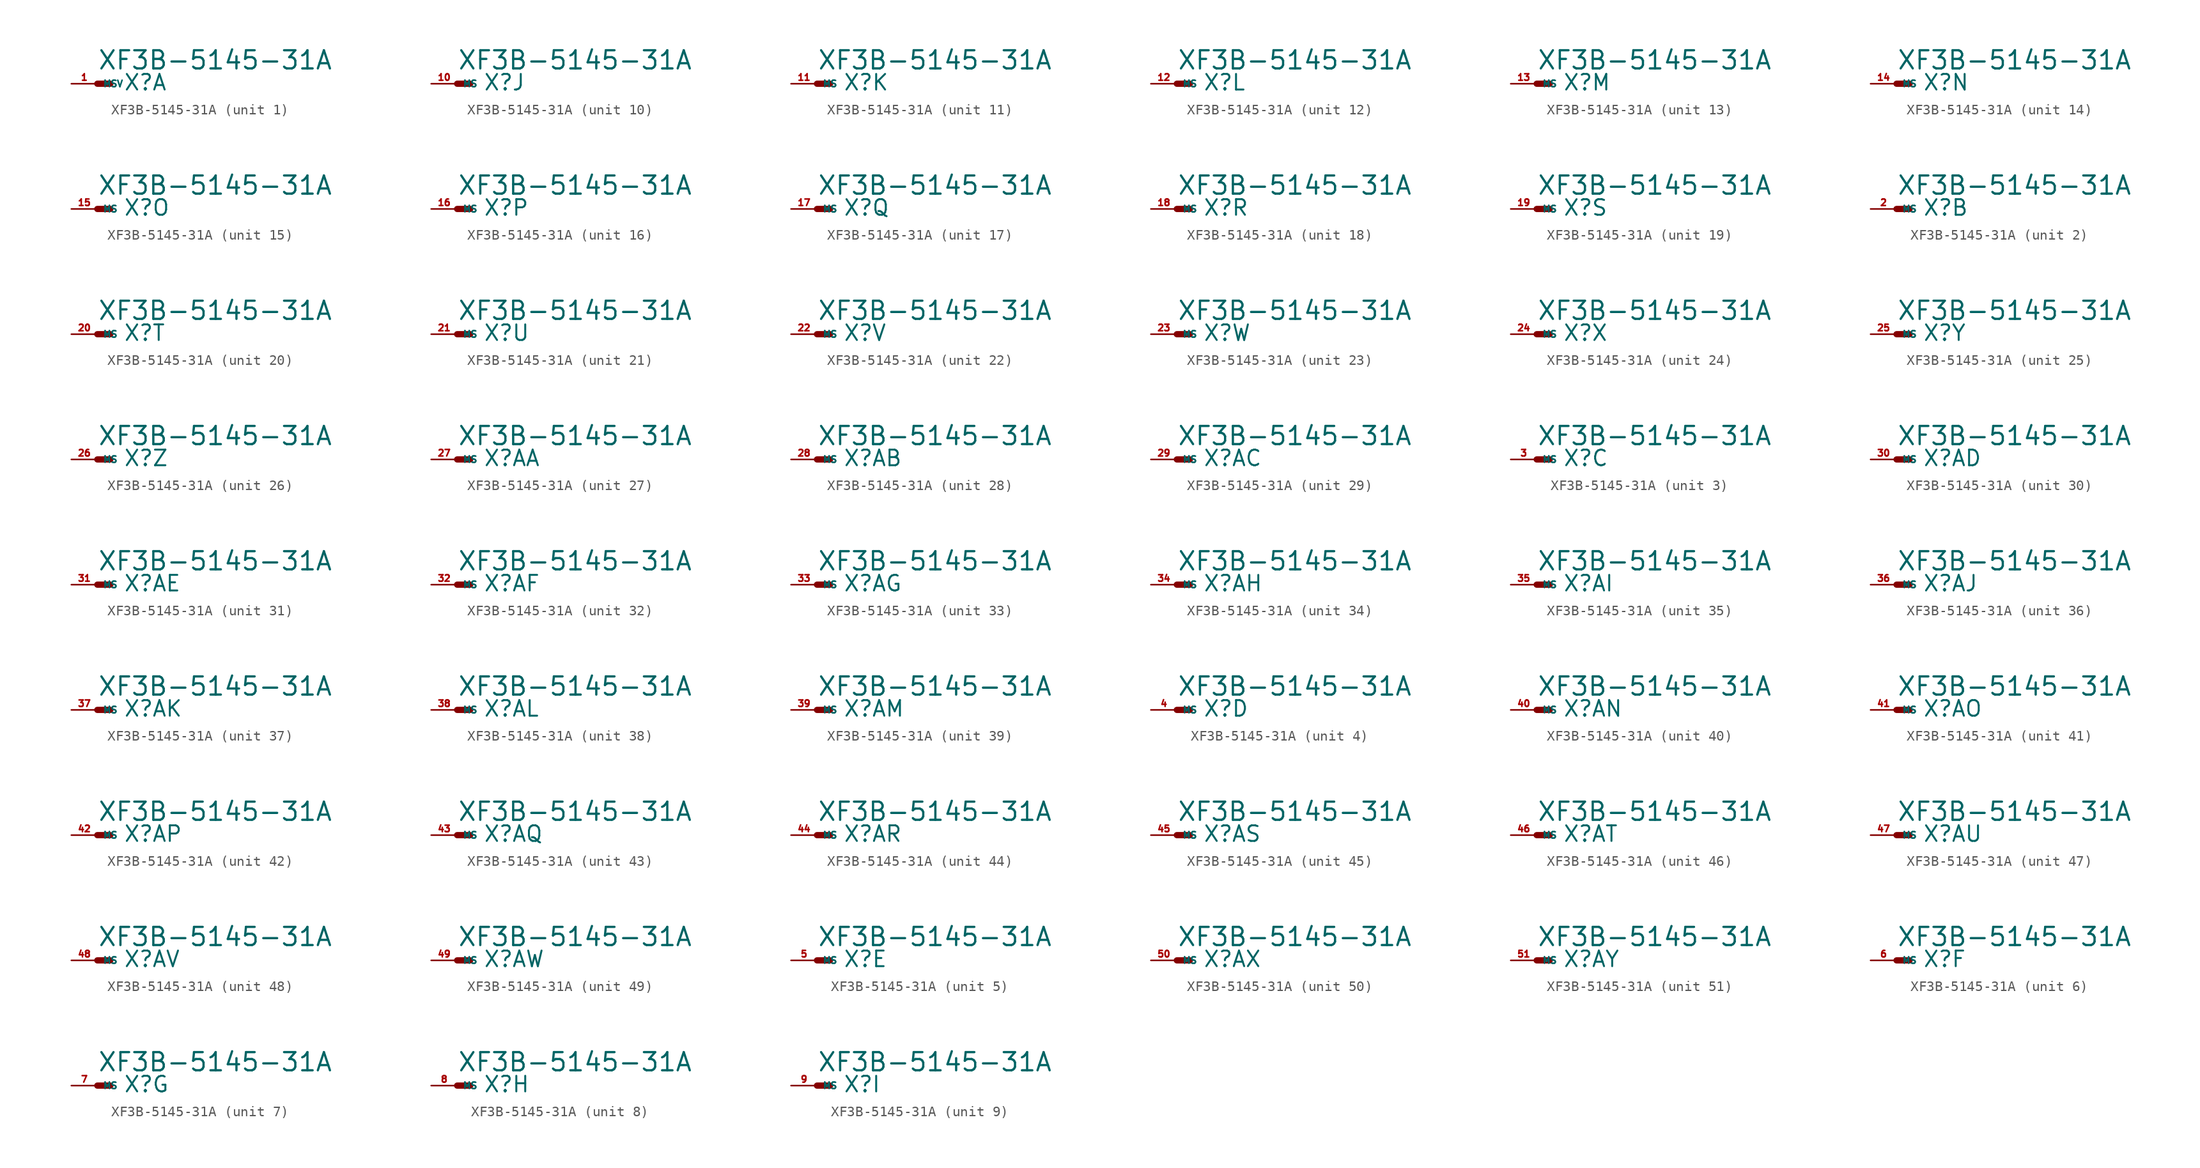
<source format=kicad_sym>
(kicad_symbol_lib
  (version 20220914)
  (generator Eagle2Kicad)
  (symbol "XF3B-5145-31A"
    (property "Reference" "X"
      (at 2.54 -0.762 0)
      (effects (font (size 1.524 1.524) (thickness 0.19)) (justify left bottom)))
    (property "Value" "XF3B-5145-31A"
      (at 0 1.27 0)
      (effects (font (size 1.778 1.778) (thickness 0.22)) (justify left bottom)))
    (symbol "XF3B-5145-31A_1_0"
      (polyline (pts (xy 0 0) (xy 1.27 0)) (stroke (width 0.61) (type default)) (fill (type none)))
      (pin passive line (at -2.54 0 0) (length 2.54) (name "MSV" (effects (font (size 0.635 0.635) (thickness 0.08)) (justify left bottom))) (number "1" (effects (font (size 0.635 0.635) (thickness 0.08)) (justify left bottom)))))
    (symbol "XF3B-5145-31A_2_0"
      (polyline (pts (xy 0 0) (xy 1.27 0)) (stroke (width 0.61) (type default)) (fill (type none)))
      (pin passive line (at -2.54 0 0) (length 2.54) (name "MS" (effects (font (size 0.635 0.635) (thickness 0.08)) (justify left bottom))) (number "2" (effects (font (size 0.635 0.635) (thickness 0.08)) (justify left bottom)))))
    (symbol "XF3B-5145-31A_3_0"
      (polyline (pts (xy 0 0) (xy 1.27 0)) (stroke (width 0.61) (type default)) (fill (type none)))
      (pin passive line (at -2.54 0 0) (length 2.54) (name "MS" (effects (font (size 0.635 0.635) (thickness 0.08)) (justify left bottom))) (number "3" (effects (font (size 0.635 0.635) (thickness 0.08)) (justify left bottom)))))
    (symbol "XF3B-5145-31A_4_0"
      (polyline (pts (xy 0 0) (xy 1.27 0)) (stroke (width 0.61) (type default)) (fill (type none)))
      (pin passive line (at -2.54 0 0) (length 2.54) (name "MS" (effects (font (size 0.635 0.635) (thickness 0.08)) (justify left bottom))) (number "4" (effects (font (size 0.635 0.635) (thickness 0.08)) (justify left bottom)))))
    (symbol "XF3B-5145-31A_5_0"
      (polyline (pts (xy 0 0) (xy 1.27 0)) (stroke (width 0.61) (type default)) (fill (type none)))
      (pin passive line (at -2.54 0 0) (length 2.54) (name "MS" (effects (font (size 0.635 0.635) (thickness 0.08)) (justify left bottom))) (number "5" (effects (font (size 0.635 0.635) (thickness 0.08)) (justify left bottom)))))
    (symbol "XF3B-5145-31A_6_0"
      (polyline (pts (xy 0 0) (xy 1.27 0)) (stroke (width 0.61) (type default)) (fill (type none)))
      (pin passive line (at -2.54 0 0) (length 2.54) (name "MS" (effects (font (size 0.635 0.635) (thickness 0.08)) (justify left bottom))) (number "6" (effects (font (size 0.635 0.635) (thickness 0.08)) (justify left bottom)))))
    (symbol "XF3B-5145-31A_7_0"
      (polyline (pts (xy 0 0) (xy 1.27 0)) (stroke (width 0.61) (type default)) (fill (type none)))
      (pin passive line (at -2.54 0 0) (length 2.54) (name "MS" (effects (font (size 0.635 0.635) (thickness 0.08)) (justify left bottom))) (number "7" (effects (font (size 0.635 0.635) (thickness 0.08)) (justify left bottom)))))
    (symbol "XF3B-5145-31A_8_0"
      (polyline (pts (xy 0 0) (xy 1.27 0)) (stroke (width 0.61) (type default)) (fill (type none)))
      (pin passive line (at -2.54 0 0) (length 2.54) (name "MS" (effects (font (size 0.635 0.635) (thickness 0.08)) (justify left bottom))) (number "8" (effects (font (size 0.635 0.635) (thickness 0.08)) (justify left bottom)))))
    (symbol "XF3B-5145-31A_9_0"
      (polyline (pts (xy 0 0) (xy 1.27 0)) (stroke (width 0.61) (type default)) (fill (type none)))
      (pin passive line (at -2.54 0 0) (length 2.54) (name "MS" (effects (font (size 0.635 0.635) (thickness 0.08)) (justify left bottom))) (number "9" (effects (font (size 0.635 0.635) (thickness 0.08)) (justify left bottom)))))
    (symbol "XF3B-5145-31A_10_0"
      (polyline (pts (xy 0 0) (xy 1.27 0)) (stroke (width 0.61) (type default)) (fill (type none)))
      (pin passive line (at -2.54 0 0) (length 2.54) (name "MS" (effects (font (size 0.635 0.635) (thickness 0.08)) (justify left bottom))) (number "10" (effects (font (size 0.635 0.635) (thickness 0.08)) (justify left bottom)))))
    (symbol "XF3B-5145-31A_11_0"
      (polyline (pts (xy 0 0) (xy 1.27 0)) (stroke (width 0.61) (type default)) (fill (type none)))
      (pin passive line (at -2.54 0 0) (length 2.54) (name "MS" (effects (font (size 0.635 0.635) (thickness 0.08)) (justify left bottom))) (number "11" (effects (font (size 0.635 0.635) (thickness 0.08)) (justify left bottom)))))
    (symbol "XF3B-5145-31A_12_0"
      (polyline (pts (xy 0 0) (xy 1.27 0)) (stroke (width 0.61) (type default)) (fill (type none)))
      (pin passive line (at -2.54 0 0) (length 2.54) (name "MS" (effects (font (size 0.635 0.635) (thickness 0.08)) (justify left bottom))) (number "12" (effects (font (size 0.635 0.635) (thickness 0.08)) (justify left bottom)))))
    (symbol "XF3B-5145-31A_13_0"
      (polyline (pts (xy 0 0) (xy 1.27 0)) (stroke (width 0.61) (type default)) (fill (type none)))
      (pin passive line (at -2.54 0 0) (length 2.54) (name "MS" (effects (font (size 0.635 0.635) (thickness 0.08)) (justify left bottom))) (number "13" (effects (font (size 0.635 0.635) (thickness 0.08)) (justify left bottom)))))
    (symbol "XF3B-5145-31A_14_0"
      (polyline (pts (xy 0 0) (xy 1.27 0)) (stroke (width 0.61) (type default)) (fill (type none)))
      (pin passive line (at -2.54 0 0) (length 2.54) (name "MS" (effects (font (size 0.635 0.635) (thickness 0.08)) (justify left bottom))) (number "14" (effects (font (size 0.635 0.635) (thickness 0.08)) (justify left bottom)))))
    (symbol "XF3B-5145-31A_15_0"
      (polyline (pts (xy 0 0) (xy 1.27 0)) (stroke (width 0.61) (type default)) (fill (type none)))
      (pin passive line (at -2.54 0 0) (length 2.54) (name "MS" (effects (font (size 0.635 0.635) (thickness 0.08)) (justify left bottom))) (number "15" (effects (font (size 0.635 0.635) (thickness 0.08)) (justify left bottom)))))
    (symbol "XF3B-5145-31A_16_0"
      (polyline (pts (xy 0 0) (xy 1.27 0)) (stroke (width 0.61) (type default)) (fill (type none)))
      (pin passive line (at -2.54 0 0) (length 2.54) (name "MS" (effects (font (size 0.635 0.635) (thickness 0.08)) (justify left bottom))) (number "16" (effects (font (size 0.635 0.635) (thickness 0.08)) (justify left bottom)))))
    (symbol "XF3B-5145-31A_17_0"
      (polyline (pts (xy 0 0) (xy 1.27 0)) (stroke (width 0.61) (type default)) (fill (type none)))
      (pin passive line (at -2.54 0 0) (length 2.54) (name "MS" (effects (font (size 0.635 0.635) (thickness 0.08)) (justify left bottom))) (number "17" (effects (font (size 0.635 0.635) (thickness 0.08)) (justify left bottom)))))
    (symbol "XF3B-5145-31A_18_0"
      (polyline (pts (xy 0 0) (xy 1.27 0)) (stroke (width 0.61) (type default)) (fill (type none)))
      (pin passive line (at -2.54 0 0) (length 2.54) (name "MS" (effects (font (size 0.635 0.635) (thickness 0.08)) (justify left bottom))) (number "18" (effects (font (size 0.635 0.635) (thickness 0.08)) (justify left bottom)))))
    (symbol "XF3B-5145-31A_19_0"
      (polyline (pts (xy 0 0) (xy 1.27 0)) (stroke (width 0.61) (type default)) (fill (type none)))
      (pin passive line (at -2.54 0 0) (length 2.54) (name "MS" (effects (font (size 0.635 0.635) (thickness 0.08)) (justify left bottom))) (number "19" (effects (font (size 0.635 0.635) (thickness 0.08)) (justify left bottom)))))
    (symbol "XF3B-5145-31A_20_0"
      (polyline (pts (xy 0 0) (xy 1.27 0)) (stroke (width 0.61) (type default)) (fill (type none)))
      (pin passive line (at -2.54 0 0) (length 2.54) (name "MS" (effects (font (size 0.635 0.635) (thickness 0.08)) (justify left bottom))) (number "20" (effects (font (size 0.635 0.635) (thickness 0.08)) (justify left bottom)))))
    (symbol "XF3B-5145-31A_21_0"
      (polyline (pts (xy 0 0) (xy 1.27 0)) (stroke (width 0.61) (type default)) (fill (type none)))
      (pin passive line (at -2.54 0 0) (length 2.54) (name "MS" (effects (font (size 0.635 0.635) (thickness 0.08)) (justify left bottom))) (number "21" (effects (font (size 0.635 0.635) (thickness 0.08)) (justify left bottom)))))
    (symbol "XF3B-5145-31A_22_0"
      (polyline (pts (xy 0 0) (xy 1.27 0)) (stroke (width 0.61) (type default)) (fill (type none)))
      (pin passive line (at -2.54 0 0) (length 2.54) (name "MS" (effects (font (size 0.635 0.635) (thickness 0.08)) (justify left bottom))) (number "22" (effects (font (size 0.635 0.635) (thickness 0.08)) (justify left bottom)))))
    (symbol "XF3B-5145-31A_23_0"
      (polyline (pts (xy 0 0) (xy 1.27 0)) (stroke (width 0.61) (type default)) (fill (type none)))
      (pin passive line (at -2.54 0 0) (length 2.54) (name "MS" (effects (font (size 0.635 0.635) (thickness 0.08)) (justify left bottom))) (number "23" (effects (font (size 0.635 0.635) (thickness 0.08)) (justify left bottom)))))
    (symbol "XF3B-5145-31A_24_0"
      (polyline (pts (xy 0 0) (xy 1.27 0)) (stroke (width 0.61) (type default)) (fill (type none)))
      (pin passive line (at -2.54 0 0) (length 2.54) (name "MS" (effects (font (size 0.635 0.635) (thickness 0.08)) (justify left bottom))) (number "24" (effects (font (size 0.635 0.635) (thickness 0.08)) (justify left bottom)))))
    (symbol "XF3B-5145-31A_25_0"
      (polyline (pts (xy 0 0) (xy 1.27 0)) (stroke (width 0.61) (type default)) (fill (type none)))
      (pin passive line (at -2.54 0 0) (length 2.54) (name "MS" (effects (font (size 0.635 0.635) (thickness 0.08)) (justify left bottom))) (number "25" (effects (font (size 0.635 0.635) (thickness 0.08)) (justify left bottom)))))
    (symbol "XF3B-5145-31A_26_0"
      (polyline (pts (xy 0 0) (xy 1.27 0)) (stroke (width 0.61) (type default)) (fill (type none)))
      (pin passive line (at -2.54 0 0) (length 2.54) (name "MS" (effects (font (size 0.635 0.635) (thickness 0.08)) (justify left bottom))) (number "26" (effects (font (size 0.635 0.635) (thickness 0.08)) (justify left bottom)))))
    (symbol "XF3B-5145-31A_27_0"
      (polyline (pts (xy 0 0) (xy 1.27 0)) (stroke (width 0.61) (type default)) (fill (type none)))
      (pin passive line (at -2.54 0 0) (length 2.54) (name "MS" (effects (font (size 0.635 0.635) (thickness 0.08)) (justify left bottom))) (number "27" (effects (font (size 0.635 0.635) (thickness 0.08)) (justify left bottom)))))
    (symbol "XF3B-5145-31A_28_0"
      (polyline (pts (xy 0 0) (xy 1.27 0)) (stroke (width 0.61) (type default)) (fill (type none)))
      (pin passive line (at -2.54 0 0) (length 2.54) (name "MS" (effects (font (size 0.635 0.635) (thickness 0.08)) (justify left bottom))) (number "28" (effects (font (size 0.635 0.635) (thickness 0.08)) (justify left bottom)))))
    (symbol "XF3B-5145-31A_29_0"
      (polyline (pts (xy 0 0) (xy 1.27 0)) (stroke (width 0.61) (type default)) (fill (type none)))
      (pin passive line (at -2.54 0 0) (length 2.54) (name "MS" (effects (font (size 0.635 0.635) (thickness 0.08)) (justify left bottom))) (number "29" (effects (font (size 0.635 0.635) (thickness 0.08)) (justify left bottom)))))
    (symbol "XF3B-5145-31A_30_0"
      (polyline (pts (xy 0 0) (xy 1.27 0)) (stroke (width 0.61) (type default)) (fill (type none)))
      (pin passive line (at -2.54 0 0) (length 2.54) (name "MS" (effects (font (size 0.635 0.635) (thickness 0.08)) (justify left bottom))) (number "30" (effects (font (size 0.635 0.635) (thickness 0.08)) (justify left bottom)))))
    (symbol "XF3B-5145-31A_31_0"
      (polyline (pts (xy 0 0) (xy 1.27 0)) (stroke (width 0.61) (type default)) (fill (type none)))
      (pin passive line (at -2.54 0 0) (length 2.54) (name "MS" (effects (font (size 0.635 0.635) (thickness 0.08)) (justify left bottom))) (number "31" (effects (font (size 0.635 0.635) (thickness 0.08)) (justify left bottom)))))
    (symbol "XF3B-5145-31A_32_0"
      (polyline (pts (xy 0 0) (xy 1.27 0)) (stroke (width 0.61) (type default)) (fill (type none)))
      (pin passive line (at -2.54 0 0) (length 2.54) (name "MS" (effects (font (size 0.635 0.635) (thickness 0.08)) (justify left bottom))) (number "32" (effects (font (size 0.635 0.635) (thickness 0.08)) (justify left bottom)))))
    (symbol "XF3B-5145-31A_33_0"
      (polyline (pts (xy 0 0) (xy 1.27 0)) (stroke (width 0.61) (type default)) (fill (type none)))
      (pin passive line (at -2.54 0 0) (length 2.54) (name "MS" (effects (font (size 0.635 0.635) (thickness 0.08)) (justify left bottom))) (number "33" (effects (font (size 0.635 0.635) (thickness 0.08)) (justify left bottom)))))
    (symbol "XF3B-5145-31A_34_0"
      (polyline (pts (xy 0 0) (xy 1.27 0)) (stroke (width 0.61) (type default)) (fill (type none)))
      (pin passive line (at -2.54 0 0) (length 2.54) (name "MS" (effects (font (size 0.635 0.635) (thickness 0.08)) (justify left bottom))) (number "34" (effects (font (size 0.635 0.635) (thickness 0.08)) (justify left bottom)))))
    (symbol "XF3B-5145-31A_35_0"
      (polyline (pts (xy 0 0) (xy 1.27 0)) (stroke (width 0.61) (type default)) (fill (type none)))
      (pin passive line (at -2.54 0 0) (length 2.54) (name "MS" (effects (font (size 0.635 0.635) (thickness 0.08)) (justify left bottom))) (number "35" (effects (font (size 0.635 0.635) (thickness 0.08)) (justify left bottom)))))
    (symbol "XF3B-5145-31A_36_0"
      (polyline (pts (xy 0 0) (xy 1.27 0)) (stroke (width 0.61) (type default)) (fill (type none)))
      (pin passive line (at -2.54 0 0) (length 2.54) (name "MS" (effects (font (size 0.635 0.635) (thickness 0.08)) (justify left bottom))) (number "36" (effects (font (size 0.635 0.635) (thickness 0.08)) (justify left bottom)))))
    (symbol "XF3B-5145-31A_37_0"
      (polyline (pts (xy 0 0) (xy 1.27 0)) (stroke (width 0.61) (type default)) (fill (type none)))
      (pin passive line (at -2.54 0 0) (length 2.54) (name "MS" (effects (font (size 0.635 0.635) (thickness 0.08)) (justify left bottom))) (number "37" (effects (font (size 0.635 0.635) (thickness 0.08)) (justify left bottom)))))
    (symbol "XF3B-5145-31A_38_0"
      (polyline (pts (xy 0 0) (xy 1.27 0)) (stroke (width 0.61) (type default)) (fill (type none)))
      (pin passive line (at -2.54 0 0) (length 2.54) (name "MS" (effects (font (size 0.635 0.635) (thickness 0.08)) (justify left bottom))) (number "38" (effects (font (size 0.635 0.635) (thickness 0.08)) (justify left bottom)))))
    (symbol "XF3B-5145-31A_39_0"
      (polyline (pts (xy 0 0) (xy 1.27 0)) (stroke (width 0.61) (type default)) (fill (type none)))
      (pin passive line (at -2.54 0 0) (length 2.54) (name "MS" (effects (font (size 0.635 0.635) (thickness 0.08)) (justify left bottom))) (number "39" (effects (font (size 0.635 0.635) (thickness 0.08)) (justify left bottom)))))
    (symbol "XF3B-5145-31A_40_0"
      (polyline (pts (xy 0 0) (xy 1.27 0)) (stroke (width 0.61) (type default)) (fill (type none)))
      (pin passive line (at -2.54 0 0) (length 2.54) (name "MS" (effects (font (size 0.635 0.635) (thickness 0.08)) (justify left bottom))) (number "40" (effects (font (size 0.635 0.635) (thickness 0.08)) (justify left bottom)))))
    (symbol "XF3B-5145-31A_41_0"
      (polyline (pts (xy 0 0) (xy 1.27 0)) (stroke (width 0.61) (type default)) (fill (type none)))
      (pin passive line (at -2.54 0 0) (length 2.54) (name "MS" (effects (font (size 0.635 0.635) (thickness 0.08)) (justify left bottom))) (number "41" (effects (font (size 0.635 0.635) (thickness 0.08)) (justify left bottom)))))
    (symbol "XF3B-5145-31A_42_0"
      (polyline (pts (xy 0 0) (xy 1.27 0)) (stroke (width 0.61) (type default)) (fill (type none)))
      (pin passive line (at -2.54 0 0) (length 2.54) (name "MS" (effects (font (size 0.635 0.635) (thickness 0.08)) (justify left bottom))) (number "42" (effects (font (size 0.635 0.635) (thickness 0.08)) (justify left bottom)))))
    (symbol "XF3B-5145-31A_43_0"
      (polyline (pts (xy 0 0) (xy 1.27 0)) (stroke (width 0.61) (type default)) (fill (type none)))
      (pin passive line (at -2.54 0 0) (length 2.54) (name "MS" (effects (font (size 0.635 0.635) (thickness 0.08)) (justify left bottom))) (number "43" (effects (font (size 0.635 0.635) (thickness 0.08)) (justify left bottom)))))
    (symbol "XF3B-5145-31A_44_0"
      (polyline (pts (xy 0 0) (xy 1.27 0)) (stroke (width 0.61) (type default)) (fill (type none)))
      (pin passive line (at -2.54 0 0) (length 2.54) (name "MS" (effects (font (size 0.635 0.635) (thickness 0.08)) (justify left bottom))) (number "44" (effects (font (size 0.635 0.635) (thickness 0.08)) (justify left bottom)))))
    (symbol "XF3B-5145-31A_45_0"
      (polyline (pts (xy 0 0) (xy 1.27 0)) (stroke (width 0.61) (type default)) (fill (type none)))
      (pin passive line (at -2.54 0 0) (length 2.54) (name "MS" (effects (font (size 0.635 0.635) (thickness 0.08)) (justify left bottom))) (number "45" (effects (font (size 0.635 0.635) (thickness 0.08)) (justify left bottom)))))
    (symbol "XF3B-5145-31A_46_0"
      (polyline (pts (xy 0 0) (xy 1.27 0)) (stroke (width 0.61) (type default)) (fill (type none)))
      (pin passive line (at -2.54 0 0) (length 2.54) (name "MS" (effects (font (size 0.635 0.635) (thickness 0.08)) (justify left bottom))) (number "46" (effects (font (size 0.635 0.635) (thickness 0.08)) (justify left bottom)))))
    (symbol "XF3B-5145-31A_47_0"
      (polyline (pts (xy 0 0) (xy 1.27 0)) (stroke (width 0.61) (type default)) (fill (type none)))
      (pin passive line (at -2.54 0 0) (length 2.54) (name "MS" (effects (font (size 0.635 0.635) (thickness 0.08)) (justify left bottom))) (number "47" (effects (font (size 0.635 0.635) (thickness 0.08)) (justify left bottom)))))
    (symbol "XF3B-5145-31A_48_0"
      (polyline (pts (xy 0 0) (xy 1.27 0)) (stroke (width 0.61) (type default)) (fill (type none)))
      (pin passive line (at -2.54 0 0) (length 2.54) (name "MS" (effects (font (size 0.635 0.635) (thickness 0.08)) (justify left bottom))) (number "48" (effects (font (size 0.635 0.635) (thickness 0.08)) (justify left bottom)))))
    (symbol "XF3B-5145-31A_49_0"
      (polyline (pts (xy 0 0) (xy 1.27 0)) (stroke (width 0.61) (type default)) (fill (type none)))
      (pin passive line (at -2.54 0 0) (length 2.54) (name "MS" (effects (font (size 0.635 0.635) (thickness 0.08)) (justify left bottom))) (number "49" (effects (font (size 0.635 0.635) (thickness 0.08)) (justify left bottom)))))
    (symbol "XF3B-5145-31A_50_0"
      (polyline (pts (xy 0 0) (xy 1.27 0)) (stroke (width 0.61) (type default)) (fill (type none)))
      (pin passive line (at -2.54 0 0) (length 2.54) (name "MS" (effects (font (size 0.635 0.635) (thickness 0.08)) (justify left bottom))) (number "50" (effects (font (size 0.635 0.635) (thickness 0.08)) (justify left bottom)))))
    (symbol "XF3B-5145-31A_51_0"
      (polyline (pts (xy 0 0) (xy 1.27 0)) (stroke (width 0.61) (type default)) (fill (type none)))
      (pin passive line (at -2.54 0 0) (length 2.54) (name "MS" (effects (font (size 0.635 0.635) (thickness 0.08)) (justify left bottom))) (number "51" (effects (font (size 0.635 0.635) (thickness 0.08)) (justify left bottom)))))))
</source>
